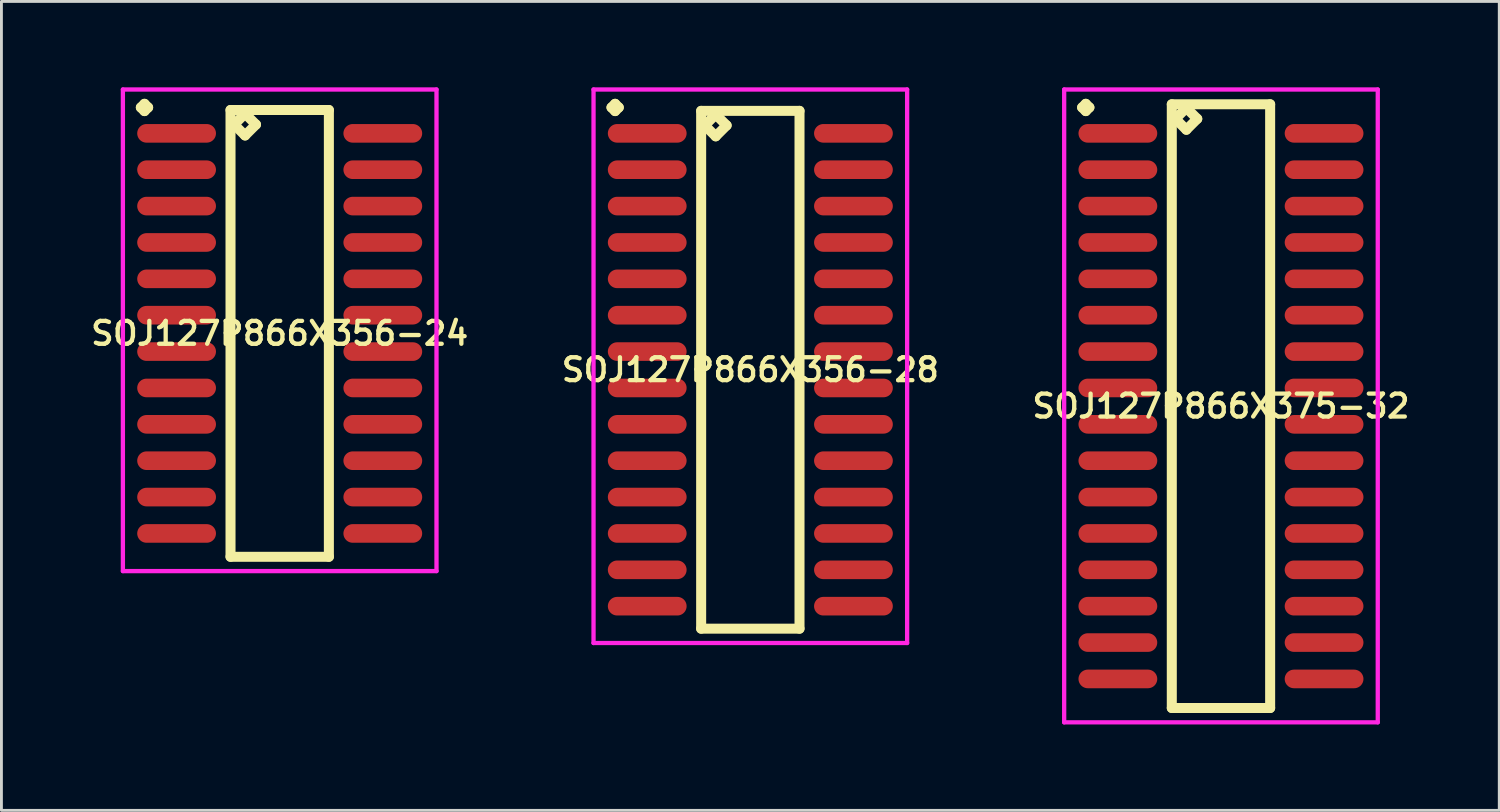
<source format=kicad_pcb>
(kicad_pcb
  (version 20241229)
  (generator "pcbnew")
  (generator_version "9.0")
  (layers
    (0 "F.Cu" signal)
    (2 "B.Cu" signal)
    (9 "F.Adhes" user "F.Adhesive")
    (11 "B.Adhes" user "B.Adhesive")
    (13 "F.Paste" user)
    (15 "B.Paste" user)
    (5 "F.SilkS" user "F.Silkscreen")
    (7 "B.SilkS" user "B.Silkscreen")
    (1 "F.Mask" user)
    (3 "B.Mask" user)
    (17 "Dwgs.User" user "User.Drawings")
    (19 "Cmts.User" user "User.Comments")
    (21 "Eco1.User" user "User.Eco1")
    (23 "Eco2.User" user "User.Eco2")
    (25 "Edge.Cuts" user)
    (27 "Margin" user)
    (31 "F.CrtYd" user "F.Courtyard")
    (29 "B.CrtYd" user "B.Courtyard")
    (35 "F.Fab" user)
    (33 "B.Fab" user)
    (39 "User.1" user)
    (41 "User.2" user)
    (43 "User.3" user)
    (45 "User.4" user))
  (footprint "SOJ127P866X356-28"
    (layer "F.Cu")
    (at 23.149 9.861)
    (property "Reference" "SOJ127P866X356-28" (at 0 0 0) (layer "F.SilkS") (effects (font (size 0.8 0.8) (thickness 0.15))))
    (attr smd)
    (fp_line (start -4.848 -9.159) (end -4.721 -9.286) (stroke (width 0.35) (type solid)) (layer "F.SilkS"))
    (fp_line (start -4.721 -9.286) (end -4.594 -9.159) (stroke (width 0.35) (type solid)) (layer "F.SilkS"))
    (fp_line (start -4.721 -9.032) (end -4.848 -9.159) (stroke (width 0.35) (type solid)) (layer "F.SilkS"))
    (fp_line (start -4.594 -9.159) (end -4.721 -9.032) (stroke (width 0.35) (type solid)) (layer "F.SilkS"))
    (fp_line (start -1.717 -9.04) (end -1.717 9.04) (stroke (width 0.35) (type solid)) (layer "F.SilkS"))
    (fp_line (start -1.717 9.04) (end 1.717 9.04) (stroke (width 0.35) (type solid)) (layer "F.SilkS"))
    (fp_line (start -1.59 -8.532) (end -1.209 -8.913) (stroke (width 0.35) (type solid)) (layer "F.SilkS"))
    (fp_line (start -1.209 -8.913) (end -0.828 -8.532) (stroke (width 0.35) (type solid)) (layer "F.SilkS"))
    (fp_line (start -1.209 -8.151) (end -1.59 -8.532) (stroke (width 0.35) (type solid)) (layer "F.SilkS"))
    (fp_line (start -0.828 -8.532) (end -1.209 -8.151) (stroke (width 0.35) (type solid)) (layer "F.SilkS"))
    (fp_line (start 1.717 -9.04) (end -1.717 -9.04) (stroke (width 0.35) (type solid)) (layer "F.SilkS"))
    (fp_line (start 1.717 9.04) (end 1.717 -9.04) (stroke (width 0.35) (type solid)) (layer "F.SilkS"))
    (fp_line (start -5.475 -9.786) (end 5.475 -9.786) (stroke (width 0.15) (type solid)) (layer "F.CrtYd"))
    (fp_line (start -5.475 9.54) (end -5.475 -9.786) (stroke (width 0.15) (type solid)) (layer "F.CrtYd"))
    (fp_line (start 5.475 -9.786) (end 5.475 9.54) (stroke (width 0.15) (type solid)) (layer "F.CrtYd"))
    (fp_line (start 5.475 9.54) (end -5.475 9.54) (stroke (width 0.15) (type solid)) (layer "F.CrtYd"))
    (pad "1" smd oval (at -3.6 -8.255) (size 2.75 0.65) (layers "F.Cu" "F.Mask" "F.Paste"))
    (pad "2" smd oval (at -3.6 -6.985) (size 2.75 0.65) (layers "F.Cu" "F.Mask" "F.Paste"))
    (pad "3" smd oval (at -3.6 -5.715) (size 2.75 0.65) (layers "F.Cu" "F.Mask" "F.Paste"))
    (pad "4" smd oval (at -3.6 -4.445) (size 2.75 0.65) (layers "F.Cu" "F.Mask" "F.Paste"))
    (pad "5" smd oval (at -3.6 -3.175) (size 2.75 0.65) (layers "F.Cu" "F.Mask" "F.Paste"))
    (pad "6" smd oval (at -3.6 -1.905) (size 2.75 0.65) (layers "F.Cu" "F.Mask" "F.Paste"))
    (pad "7" smd oval (at -3.6 -0.635) (size 2.75 0.65) (layers "F.Cu" "F.Mask" "F.Paste"))
    (pad "8" smd oval (at -3.6 0.635) (size 2.75 0.65) (layers "F.Cu" "F.Mask" "F.Paste"))
    (pad "9" smd oval (at -3.6 1.905) (size 2.75 0.65) (layers "F.Cu" "F.Mask" "F.Paste"))
    (pad "10" smd oval (at -3.6 3.175) (size 2.75 0.65) (layers "F.Cu" "F.Mask" "F.Paste"))
    (pad "11" smd oval (at -3.6 4.445) (size 2.75 0.65) (layers "F.Cu" "F.Mask" "F.Paste"))
    (pad "12" smd oval (at -3.6 5.715) (size 2.75 0.65) (layers "F.Cu" "F.Mask" "F.Paste"))
    (pad "13" smd oval (at -3.6 6.985) (size 2.75 0.65) (layers "F.Cu" "F.Mask" "F.Paste"))
    (pad "14" smd oval (at -3.6 8.255) (size 2.75 0.65) (layers "F.Cu" "F.Mask" "F.Paste"))
    (pad "15" smd oval (at 3.6 8.255) (size 2.75 0.65) (layers "F.Cu" "F.Mask" "F.Paste"))
    (pad "16" smd oval (at 3.6 6.985) (size 2.75 0.65) (layers "F.Cu" "F.Mask" "F.Paste"))
    (pad "17" smd oval (at 3.6 5.715) (size 2.75 0.65) (layers "F.Cu" "F.Mask" "F.Paste"))
    (pad "18" smd oval (at 3.6 4.445) (size 2.75 0.65) (layers "F.Cu" "F.Mask" "F.Paste"))
    (pad "19" smd oval (at 3.6 3.175) (size 2.75 0.65) (layers "F.Cu" "F.Mask" "F.Paste"))
    (pad "20" smd oval (at 3.6 1.905) (size 2.75 0.65) (layers "F.Cu" "F.Mask" "F.Paste"))
    (pad "21" smd oval (at 3.6 0.635) (size 2.75 0.65) (layers "F.Cu" "F.Mask" "F.Paste"))
    (pad "22" smd oval (at 3.6 -0.635) (size 2.75 0.65) (layers "F.Cu" "F.Mask" "F.Paste"))
    (pad "23" smd oval (at 3.6 -1.905) (size 2.75 0.65) (layers "F.Cu" "F.Mask" "F.Paste"))
    (pad "24" smd oval (at 3.6 -3.175) (size 2.75 0.65) (layers "F.Cu" "F.Mask" "F.Paste"))
    (pad "25" smd oval (at 3.6 -4.445) (size 2.75 0.65) (layers "F.Cu" "F.Mask" "F.Paste"))
    (pad "26" smd oval (at 3.6 -5.715) (size 2.75 0.65) (layers "F.Cu" "F.Mask" "F.Paste"))
    (pad "27" smd oval (at 3.6 -6.985) (size 2.75 0.65) (layers "F.Cu" "F.Mask" "F.Paste"))
    (pad "28" smd oval (at 3.6 -8.255) (size 2.75 0.65) (layers "F.Cu" "F.Mask" "F.Paste")))
  (footprint "SOJ127P866X375-32"
    (layer "F.Cu")
    (at 39.582 11.131)
    (property "Reference" "SOJ127P866X375-32" (at 0 0 0) (layer "F.SilkS") (effects (font (size 0.8 0.8) (thickness 0.15))))
    (attr smd)
    (fp_line (start -4.848 -10.429) (end -4.721 -10.556) (stroke (width 0.35) (type solid)) (layer "F.SilkS"))
    (fp_line (start -4.721 -10.556) (end -4.594 -10.429) (stroke (width 0.35) (type solid)) (layer "F.SilkS"))
    (fp_line (start -4.721 -10.302) (end -4.848 -10.429) (stroke (width 0.35) (type solid)) (layer "F.SilkS"))
    (fp_line (start -4.594 -10.429) (end -4.721 -10.302) (stroke (width 0.35) (type solid)) (layer "F.SilkS"))
    (fp_line (start -1.717 -10.54) (end -1.717 10.54) (stroke (width 0.35) (type solid)) (layer "F.SilkS"))
    (fp_line (start -1.717 10.54) (end 1.717 10.54) (stroke (width 0.35) (type solid)) (layer "F.SilkS"))
    (fp_line (start -1.59 -10.032) (end -1.209 -10.413) (stroke (width 0.35) (type solid)) (layer "F.SilkS"))
    (fp_line (start -1.209 -10.413) (end -0.828 -10.032) (stroke (width 0.35) (type solid)) (layer "F.SilkS"))
    (fp_line (start -1.209 -9.651) (end -1.59 -10.032) (stroke (width 0.35) (type solid)) (layer "F.SilkS"))
    (fp_line (start -0.828 -10.032) (end -1.209 -9.651) (stroke (width 0.35) (type solid)) (layer "F.SilkS"))
    (fp_line (start 1.717 -10.54) (end -1.717 -10.54) (stroke (width 0.35) (type solid)) (layer "F.SilkS"))
    (fp_line (start 1.717 10.54) (end 1.717 -10.54) (stroke (width 0.35) (type solid)) (layer "F.SilkS"))
    (fp_line (start -5.475 -11.056) (end 5.475 -11.056) (stroke (width 0.15) (type solid)) (layer "F.CrtYd"))
    (fp_line (start -5.475 11.04) (end -5.475 -11.056) (stroke (width 0.15) (type solid)) (layer "F.CrtYd"))
    (fp_line (start 5.475 -11.056) (end 5.475 11.04) (stroke (width 0.15) (type solid)) (layer "F.CrtYd"))
    (fp_line (start 5.475 11.04) (end -5.475 11.04) (stroke (width 0.15) (type solid)) (layer "F.CrtYd"))
    (pad "1" smd oval (at -3.6 -9.525) (size 2.75 0.65) (layers "F.Cu" "F.Mask" "F.Paste"))
    (pad "2" smd oval (at -3.6 -8.255) (size 2.75 0.65) (layers "F.Cu" "F.Mask" "F.Paste"))
    (pad "3" smd oval (at -3.6 -6.985) (size 2.75 0.65) (layers "F.Cu" "F.Mask" "F.Paste"))
    (pad "4" smd oval (at -3.6 -5.715) (size 2.75 0.65) (layers "F.Cu" "F.Mask" "F.Paste"))
    (pad "5" smd oval (at -3.6 -4.445) (size 2.75 0.65) (layers "F.Cu" "F.Mask" "F.Paste"))
    (pad "6" smd oval (at -3.6 -3.175) (size 2.75 0.65) (layers "F.Cu" "F.Mask" "F.Paste"))
    (pad "7" smd oval (at -3.6 -1.905) (size 2.75 0.65) (layers "F.Cu" "F.Mask" "F.Paste"))
    (pad "8" smd oval (at -3.6 -0.635) (size 2.75 0.65) (layers "F.Cu" "F.Mask" "F.Paste"))
    (pad "9" smd oval (at -3.6 0.635) (size 2.75 0.65) (layers "F.Cu" "F.Mask" "F.Paste"))
    (pad "10" smd oval (at -3.6 1.905) (size 2.75 0.65) (layers "F.Cu" "F.Mask" "F.Paste"))
    (pad "11" smd oval (at -3.6 3.175) (size 2.75 0.65) (layers "F.Cu" "F.Mask" "F.Paste"))
    (pad "12" smd oval (at -3.6 4.445) (size 2.75 0.65) (layers "F.Cu" "F.Mask" "F.Paste"))
    (pad "13" smd oval (at -3.6 5.715) (size 2.75 0.65) (layers "F.Cu" "F.Mask" "F.Paste"))
    (pad "14" smd oval (at -3.6 6.985) (size 2.75 0.65) (layers "F.Cu" "F.Mask" "F.Paste"))
    (pad "15" smd oval (at -3.6 8.255) (size 2.75 0.65) (layers "F.Cu" "F.Mask" "F.Paste"))
    (pad "16" smd oval (at -3.6 9.525) (size 2.75 0.65) (layers "F.Cu" "F.Mask" "F.Paste"))
    (pad "17" smd oval (at 3.6 9.525) (size 2.75 0.65) (layers "F.Cu" "F.Mask" "F.Paste"))
    (pad "18" smd oval (at 3.6 8.255) (size 2.75 0.65) (layers "F.Cu" "F.Mask" "F.Paste"))
    (pad "19" smd oval (at 3.6 6.985) (size 2.75 0.65) (layers "F.Cu" "F.Mask" "F.Paste"))
    (pad "20" smd oval (at 3.6 5.715) (size 2.75 0.65) (layers "F.Cu" "F.Mask" "F.Paste"))
    (pad "21" smd oval (at 3.6 4.445) (size 2.75 0.65) (layers "F.Cu" "F.Mask" "F.Paste"))
    (pad "22" smd oval (at 3.6 3.175) (size 2.75 0.65) (layers "F.Cu" "F.Mask" "F.Paste"))
    (pad "23" smd oval (at 3.6 1.905) (size 2.75 0.65) (layers "F.Cu" "F.Mask" "F.Paste"))
    (pad "24" smd oval (at 3.6 0.635) (size 2.75 0.65) (layers "F.Cu" "F.Mask" "F.Paste"))
    (pad "25" smd oval (at 3.6 -0.635) (size 2.75 0.65) (layers "F.Cu" "F.Mask" "F.Paste"))
    (pad "26" smd oval (at 3.6 -1.905) (size 2.75 0.65) (layers "F.Cu" "F.Mask" "F.Paste"))
    (pad "27" smd oval (at 3.6 -3.175) (size 2.75 0.65) (layers "F.Cu" "F.Mask" "F.Paste"))
    (pad "28" smd oval (at 3.6 -4.445) (size 2.75 0.65) (layers "F.Cu" "F.Mask" "F.Paste"))
    (pad "29" smd oval (at 3.6 -5.715) (size 2.75 0.65) (layers "F.Cu" "F.Mask" "F.Paste"))
    (pad "30" smd oval (at 3.6 -6.985) (size 2.75 0.65) (layers "F.Cu" "F.Mask" "F.Paste"))
    (pad "31" smd oval (at 3.6 -8.255) (size 2.75 0.65) (layers "F.Cu" "F.Mask" "F.Paste"))
    (pad "32" smd oval (at 3.6 -9.525) (size 2.75 0.65) (layers "F.Cu" "F.Mask" "F.Paste")))
  (footprint "SOJ127P866X356-24"
    (layer "F.Cu")
    (at 6.716 8.591)
    (property "Reference" "SOJ127P866X356-24" (at 0 0 0) (layer "F.SilkS") (effects (font (size 0.8 0.8) (thickness 0.15))))
    (attr smd)
    (fp_line (start -4.848 -7.889) (end -4.721 -8.016) (stroke (width 0.35) (type solid)) (layer "F.SilkS"))
    (fp_line (start -4.721 -8.016) (end -4.594 -7.889) (stroke (width 0.35) (type solid)) (layer "F.SilkS"))
    (fp_line (start -4.721 -7.762) (end -4.848 -7.889) (stroke (width 0.35) (type solid)) (layer "F.SilkS"))
    (fp_line (start -4.594 -7.889) (end -4.721 -7.762) (stroke (width 0.35) (type solid)) (layer "F.SilkS"))
    (fp_line (start -1.717 -7.8) (end -1.717 7.8) (stroke (width 0.35) (type solid)) (layer "F.SilkS"))
    (fp_line (start -1.717 7.8) (end 1.717 7.8) (stroke (width 0.35) (type solid)) (layer "F.SilkS"))
    (fp_line (start -1.59 -7.292) (end -1.209 -7.673) (stroke (width 0.35) (type solid)) (layer "F.SilkS"))
    (fp_line (start -1.209 -7.673) (end -0.828 -7.292) (stroke (width 0.35) (type solid)) (layer "F.SilkS"))
    (fp_line (start -1.209 -6.911) (end -1.59 -7.292) (stroke (width 0.35) (type solid)) (layer "F.SilkS"))
    (fp_line (start -0.828 -7.292) (end -1.209 -6.911) (stroke (width 0.35) (type solid)) (layer "F.SilkS"))
    (fp_line (start 1.717 -7.8) (end -1.717 -7.8) (stroke (width 0.35) (type solid)) (layer "F.SilkS"))
    (fp_line (start 1.717 7.8) (end 1.717 -7.8) (stroke (width 0.35) (type solid)) (layer "F.SilkS"))
    (fp_line (start -5.475 -8.516) (end 5.475 -8.516) (stroke (width 0.15) (type solid)) (layer "F.CrtYd"))
    (fp_line (start -5.475 8.3) (end -5.475 -8.516) (stroke (width 0.15) (type solid)) (layer "F.CrtYd"))
    (fp_line (start 5.475 -8.516) (end 5.475 8.3) (stroke (width 0.15) (type solid)) (layer "F.CrtYd"))
    (fp_line (start 5.475 8.3) (end -5.475 8.3) (stroke (width 0.15) (type solid)) (layer "F.CrtYd"))
    (pad "1" smd oval (at -3.6 -6.985) (size 2.75 0.65) (layers "F.Cu" "F.Mask" "F.Paste"))
    (pad "2" smd oval (at -3.6 -5.715) (size 2.75 0.65) (layers "F.Cu" "F.Mask" "F.Paste"))
    (pad "3" smd oval (at -3.6 -4.445) (size 2.75 0.65) (layers "F.Cu" "F.Mask" "F.Paste"))
    (pad "4" smd oval (at -3.6 -3.175) (size 2.75 0.65) (layers "F.Cu" "F.Mask" "F.Paste"))
    (pad "5" smd oval (at -3.6 -1.905) (size 2.75 0.65) (layers "F.Cu" "F.Mask" "F.Paste"))
    (pad "6" smd oval (at -3.6 -0.635) (size 2.75 0.65) (layers "F.Cu" "F.Mask" "F.Paste"))
    (pad "7" smd oval (at -3.6 0.635) (size 2.75 0.65) (layers "F.Cu" "F.Mask" "F.Paste"))
    (pad "8" smd oval (at -3.6 1.905) (size 2.75 0.65) (layers "F.Cu" "F.Mask" "F.Paste"))
    (pad "9" smd oval (at -3.6 3.175) (size 2.75 0.65) (layers "F.Cu" "F.Mask" "F.Paste"))
    (pad "10" smd oval (at -3.6 4.445) (size 2.75 0.65) (layers "F.Cu" "F.Mask" "F.Paste"))
    (pad "11" smd oval (at -3.6 5.715) (size 2.75 0.65) (layers "F.Cu" "F.Mask" "F.Paste"))
    (pad "12" smd oval (at -3.6 6.985) (size 2.75 0.65) (layers "F.Cu" "F.Mask" "F.Paste"))
    (pad "13" smd oval (at 3.6 6.985) (size 2.75 0.65) (layers "F.Cu" "F.Mask" "F.Paste"))
    (pad "14" smd oval (at 3.6 5.715) (size 2.75 0.65) (layers "F.Cu" "F.Mask" "F.Paste"))
    (pad "15" smd oval (at 3.6 4.445) (size 2.75 0.65) (layers "F.Cu" "F.Mask" "F.Paste"))
    (pad "16" smd oval (at 3.6 3.175) (size 2.75 0.65) (layers "F.Cu" "F.Mask" "F.Paste"))
    (pad "17" smd oval (at 3.6 1.905) (size 2.75 0.65) (layers "F.Cu" "F.Mask" "F.Paste"))
    (pad "18" smd oval (at 3.6 0.635) (size 2.75 0.65) (layers "F.Cu" "F.Mask" "F.Paste"))
    (pad "19" smd oval (at 3.6 -0.635) (size 2.75 0.65) (layers "F.Cu" "F.Mask" "F.Paste"))
    (pad "20" smd oval (at 3.6 -1.905) (size 2.75 0.65) (layers "F.Cu" "F.Mask" "F.Paste"))
    (pad "21" smd oval (at 3.6 -3.175) (size 2.75 0.65) (layers "F.Cu" "F.Mask" "F.Paste"))
    (pad "22" smd oval (at 3.6 -4.445) (size 2.75 0.65) (layers "F.Cu" "F.Mask" "F.Paste"))
    (pad "23" smd oval (at 3.6 -5.715) (size 2.75 0.65) (layers "F.Cu" "F.Mask" "F.Paste"))
    (pad "24" smd oval (at 3.6 -6.985) (size 2.75 0.65) (layers "F.Cu" "F.Mask" "F.Paste")))
  (gr_rect
    (start -3 -3)
    (end 49.299 25.246)
    (stroke (width 0.1) (type default))
    (fill no)
    (layer "Edge.Cuts")))
</source>
